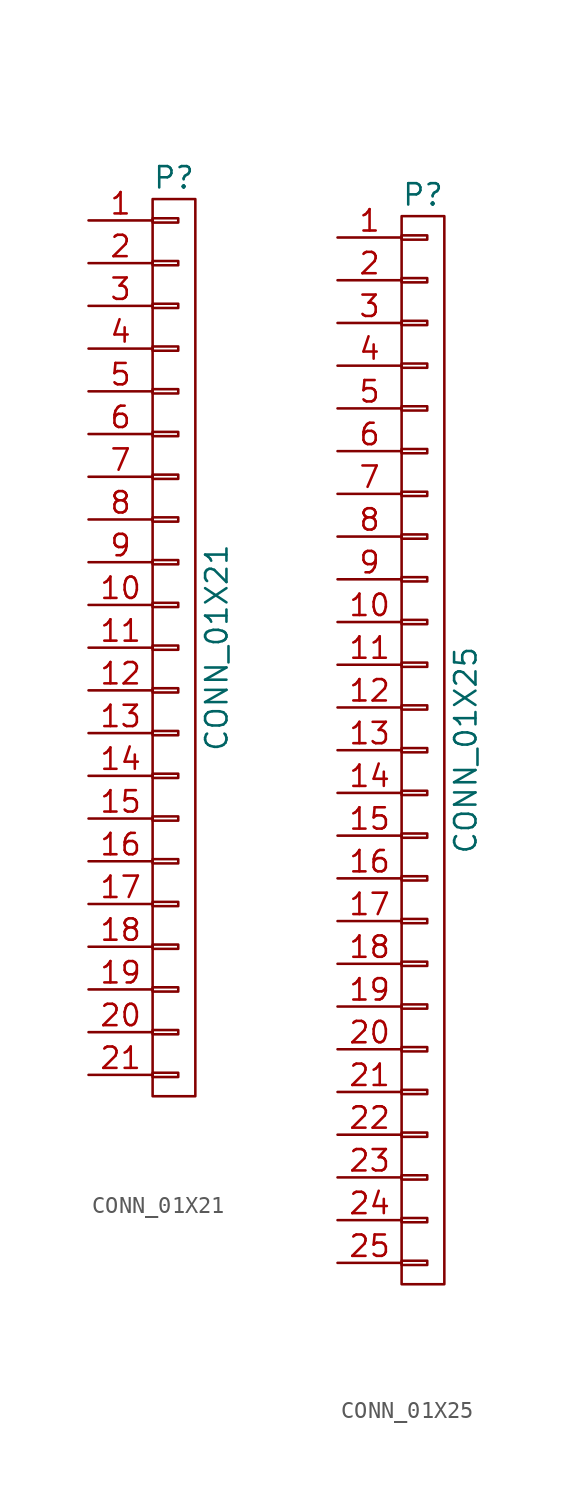
<source format=kicad_sym>
(kicad_symbol_lib
  (version 20211014)
  (generator kicad_symbol_editor)
  (symbol "CONN_01X21"
    (pin_names
      (offset 1.016) hide)
    (property "Reference" "P"
      (at 0 27.94 0)
      (effects (font (size 1.27 1.27))))
    (property "Value" "CONN_01X21"
      (at 2.54 0 90)
      (effects (font (size 1.27 1.27))))
    (property "Footprint" ""
      (at 0 0 0)
      (effects (font (size 1.27 1.27))))
    (property "Datasheet" ""
      (at 0 0 0)
      (effects (font (size 1.27 1.27))))
    (symbol "CONN_01X21_0_1"
      (rectangle (start -1.27 -26.67) (end 1.27 26.67) (stroke (width 0) (type default) (color 0 0 0 0)) (fill (type none)))
      (rectangle (start -1.27 -25.273) (end 0.254 -25.527) (stroke (width 0) (type default) (color 0 0 0 0)) (fill (type none)))
      (rectangle (start -1.27 -22.733) (end 0.254 -22.987) (stroke (width 0) (type default) (color 0 0 0 0)) (fill (type none)))
      (rectangle (start -1.27 -20.193) (end 0.254 -20.447) (stroke (width 0) (type default) (color 0 0 0 0)) (fill (type none)))
      (rectangle (start -1.27 -17.653) (end 0.254 -17.907) (stroke (width 0) (type default) (color 0 0 0 0)) (fill (type none)))
      (rectangle (start -1.27 -15.113) (end 0.254 -15.367) (stroke (width 0) (type default) (color 0 0 0 0)) (fill (type none)))
      (rectangle (start -1.27 -12.573) (end 0.254 -12.827) (stroke (width 0) (type default) (color 0 0 0 0)) (fill (type none)))
      (rectangle (start -1.27 -10.033) (end 0.254 -10.287) (stroke (width 0) (type default) (color 0 0 0 0)) (fill (type none)))
      (rectangle (start -1.27 -7.493) (end 0.254 -7.747) (stroke (width 0) (type default) (color 0 0 0 0)) (fill (type none)))
      (rectangle (start -1.27 -4.953) (end 0.254 -5.207) (stroke (width 0) (type default) (color 0 0 0 0)) (fill (type none)))
      (rectangle (start -1.27 -2.413) (end 0.254 -2.667) (stroke (width 0) (type default) (color 0 0 0 0)) (fill (type none)))
      (rectangle (start -1.27 0.127) (end 0.254 -0.127) (stroke (width 0) (type default) (color 0 0 0 0)) (fill (type none)))
      (rectangle (start -1.27 2.667) (end 0.254 2.413) (stroke (width 0) (type default) (color 0 0 0 0)) (fill (type none)))
      (rectangle (start -1.27 5.207) (end 0.254 4.953) (stroke (width 0) (type default) (color 0 0 0 0)) (fill (type none)))
      (rectangle (start -1.27 7.747) (end 0.254 7.493) (stroke (width 0) (type default) (color 0 0 0 0)) (fill (type none)))
      (rectangle (start -1.27 10.287) (end 0.254 10.033) (stroke (width 0) (type default) (color 0 0 0 0)) (fill (type none)))
      (rectangle (start -1.27 12.827) (end 0.254 12.573) (stroke (width 0) (type default) (color 0 0 0 0)) (fill (type none)))
      (rectangle (start -1.27 15.367) (end 0.254 15.113) (stroke (width 0) (type default) (color 0 0 0 0)) (fill (type none)))
      (rectangle (start -1.27 17.907) (end 0.254 17.653) (stroke (width 0) (type default) (color 0 0 0 0)) (fill (type none)))
      (rectangle (start -1.27 20.447) (end 0.254 20.193) (stroke (width 0) (type default) (color 0 0 0 0)) (fill (type none)))
      (rectangle (start -1.27 22.987) (end 0.254 22.733) (stroke (width 0) (type default) (color 0 0 0 0)) (fill (type none)))
      (rectangle (start -1.27 25.527) (end 0.254 25.273) (stroke (width 0) (type default) (color 0 0 0 0)) (fill (type none))))
    (symbol "CONN_01X21_1_1"
      (pin passive line (at -5.08 25.4 0) (length 3.81) (name "P1" (effects (font (size 1.27 1.27)))) (number "1" (effects (font (size 1.27 1.27)))))
      (pin passive line (at -5.08 2.54 0) (length 3.81) (name "P10" (effects (font (size 1.27 1.27)))) (number "10" (effects (font (size 1.27 1.27)))))
      (pin passive line (at -5.08 0 0) (length 3.81) (name "P11" (effects (font (size 1.27 1.27)))) (number "11" (effects (font (size 1.27 1.27)))))
      (pin passive line (at -5.08 -2.54 0) (length 3.81) (name "P12" (effects (font (size 1.27 1.27)))) (number "12" (effects (font (size 1.27 1.27)))))
      (pin passive line (at -5.08 -5.08 0) (length 3.81) (name "P13" (effects (font (size 1.27 1.27)))) (number "13" (effects (font (size 1.27 1.27)))))
      (pin passive line (at -5.08 -7.62 0) (length 3.81) (name "P14" (effects (font (size 1.27 1.27)))) (number "14" (effects (font (size 1.27 1.27)))))
      (pin passive line (at -5.08 -10.16 0) (length 3.81) (name "P15" (effects (font (size 1.27 1.27)))) (number "15" (effects (font (size 1.27 1.27)))))
      (pin passive line (at -5.08 -12.7 0) (length 3.81) (name "P16" (effects (font (size 1.27 1.27)))) (number "16" (effects (font (size 1.27 1.27)))))
      (pin passive line (at -5.08 -15.24 0) (length 3.81) (name "P17" (effects (font (size 1.27 1.27)))) (number "17" (effects (font (size 1.27 1.27)))))
      (pin passive line (at -5.08 -17.78 0) (length 3.81) (name "P18" (effects (font (size 1.27 1.27)))) (number "18" (effects (font (size 1.27 1.27)))))
      (pin passive line (at -5.08 -20.32 0) (length 3.81) (name "P19" (effects (font (size 1.27 1.27)))) (number "19" (effects (font (size 1.27 1.27)))))
      (pin passive line (at -5.08 22.86 0) (length 3.81) (name "P2" (effects (font (size 1.27 1.27)))) (number "2" (effects (font (size 1.27 1.27)))))
      (pin passive line (at -5.08 -22.86 0) (length 3.81) (name "P20" (effects (font (size 1.27 1.27)))) (number "20" (effects (font (size 1.27 1.27)))))
      (pin passive line (at -5.08 -25.4 0) (length 3.81) (name "P21" (effects (font (size 1.27 1.27)))) (number "21" (effects (font (size 1.27 1.27)))))
      (pin passive line (at -5.08 20.32 0) (length 3.81) (name "P3" (effects (font (size 1.27 1.27)))) (number "3" (effects (font (size 1.27 1.27)))))
      (pin passive line (at -5.08 17.78 0) (length 3.81) (name "P4" (effects (font (size 1.27 1.27)))) (number "4" (effects (font (size 1.27 1.27)))))
      (pin passive line (at -5.08 15.24 0) (length 3.81) (name "P5" (effects (font (size 1.27 1.27)))) (number "5" (effects (font (size 1.27 1.27)))))
      (pin passive line (at -5.08 12.7 0) (length 3.81) (name "P6" (effects (font (size 1.27 1.27)))) (number "6" (effects (font (size 1.27 1.27)))))
      (pin passive line (at -5.08 10.16 0) (length 3.81) (name "P7" (effects (font (size 1.27 1.27)))) (number "7" (effects (font (size 1.27 1.27)))))
      (pin passive line (at -5.08 7.62 0) (length 3.81) (name "P8" (effects (font (size 1.27 1.27)))) (number "8" (effects (font (size 1.27 1.27)))))
      (pin passive line (at -5.08 5.08 0) (length 3.81) (name "P9" (effects (font (size 1.27 1.27)))) (number "9" (effects (font (size 1.27 1.27)))))))
  (symbol "CONN_01X25"
    (pin_names
      (offset 1.016) hide)
    (property "Reference" "P"
      (at 0 33.02 0)
      (effects (font (size 1.27 1.27))))
    (property "Value" "CONN_01X25"
      (at 2.54 0 90)
      (effects (font (size 1.27 1.27))))
    (property "Footprint" ""
      (at 0 0 0)
      (effects (font (size 1.27 1.27))))
    (property "Datasheet" ""
      (at 0 0 0)
      (effects (font (size 1.27 1.27))))
    (symbol "CONN_01X25_0_1"
      (rectangle (start -1.27 -31.75) (end 1.27 31.75) (stroke (width 0) (type default) (color 0 0 0 0)) (fill (type none)))
      (rectangle (start -1.27 -30.353) (end 0.254 -30.607) (stroke (width 0) (type default) (color 0 0 0 0)) (fill (type none)))
      (rectangle (start -1.27 -27.813) (end 0.254 -28.067) (stroke (width 0) (type default) (color 0 0 0 0)) (fill (type none)))
      (rectangle (start -1.27 -25.273) (end 0.254 -25.527) (stroke (width 0) (type default) (color 0 0 0 0)) (fill (type none)))
      (rectangle (start -1.27 -22.733) (end 0.254 -22.987) (stroke (width 0) (type default) (color 0 0 0 0)) (fill (type none)))
      (rectangle (start -1.27 -20.193) (end 0.254 -20.447) (stroke (width 0) (type default) (color 0 0 0 0)) (fill (type none)))
      (rectangle (start -1.27 -17.653) (end 0.254 -17.907) (stroke (width 0) (type default) (color 0 0 0 0)) (fill (type none)))
      (rectangle (start -1.27 -15.113) (end 0.254 -15.367) (stroke (width 0) (type default) (color 0 0 0 0)) (fill (type none)))
      (rectangle (start -1.27 -12.573) (end 0.254 -12.827) (stroke (width 0) (type default) (color 0 0 0 0)) (fill (type none)))
      (rectangle (start -1.27 -10.033) (end 0.254 -10.287) (stroke (width 0) (type default) (color 0 0 0 0)) (fill (type none)))
      (rectangle (start -1.27 -7.493) (end 0.254 -7.747) (stroke (width 0) (type default) (color 0 0 0 0)) (fill (type none)))
      (rectangle (start -1.27 -4.953) (end 0.254 -5.207) (stroke (width 0) (type default) (color 0 0 0 0)) (fill (type none)))
      (rectangle (start -1.27 -2.413) (end 0.254 -2.667) (stroke (width 0) (type default) (color 0 0 0 0)) (fill (type none)))
      (rectangle (start -1.27 0.127) (end 0.254 -0.127) (stroke (width 0) (type default) (color 0 0 0 0)) (fill (type none)))
      (rectangle (start -1.27 2.667) (end 0.254 2.413) (stroke (width 0) (type default) (color 0 0 0 0)) (fill (type none)))
      (rectangle (start -1.27 5.207) (end 0.254 4.953) (stroke (width 0) (type default) (color 0 0 0 0)) (fill (type none)))
      (rectangle (start -1.27 7.747) (end 0.254 7.493) (stroke (width 0) (type default) (color 0 0 0 0)) (fill (type none)))
      (rectangle (start -1.27 10.287) (end 0.254 10.033) (stroke (width 0) (type default) (color 0 0 0 0)) (fill (type none)))
      (rectangle (start -1.27 12.827) (end 0.254 12.573) (stroke (width 0) (type default) (color 0 0 0 0)) (fill (type none)))
      (rectangle (start -1.27 15.367) (end 0.254 15.113) (stroke (width 0) (type default) (color 0 0 0 0)) (fill (type none)))
      (rectangle (start -1.27 17.907) (end 0.254 17.653) (stroke (width 0) (type default) (color 0 0 0 0)) (fill (type none)))
      (rectangle (start -1.27 20.447) (end 0.254 20.193) (stroke (width 0) (type default) (color 0 0 0 0)) (fill (type none)))
      (rectangle (start -1.27 22.987) (end 0.254 22.733) (stroke (width 0) (type default) (color 0 0 0 0)) (fill (type none)))
      (rectangle (start -1.27 25.527) (end 0.254 25.273) (stroke (width 0) (type default) (color 0 0 0 0)) (fill (type none)))
      (rectangle (start -1.27 28.067) (end 0.254 27.813) (stroke (width 0) (type default) (color 0 0 0 0)) (fill (type none)))
      (rectangle (start -1.27 30.607) (end 0.254 30.353) (stroke (width 0) (type default) (color 0 0 0 0)) (fill (type none))))
    (symbol "CONN_01X25_1_1"
      (pin passive line (at -5.08 30.48 0) (length 3.81) (name "P1" (effects (font (size 1.27 1.27)))) (number "1" (effects (font (size 1.27 1.27)))))
      (pin passive line (at -5.08 7.62 0) (length 3.81) (name "P10" (effects (font (size 1.27 1.27)))) (number "10" (effects (font (size 1.27 1.27)))))
      (pin passive line (at -5.08 5.08 0) (length 3.81) (name "P11" (effects (font (size 1.27 1.27)))) (number "11" (effects (font (size 1.27 1.27)))))
      (pin passive line (at -5.08 2.54 0) (length 3.81) (name "P12" (effects (font (size 1.27 1.27)))) (number "12" (effects (font (size 1.27 1.27)))))
      (pin passive line (at -5.08 0 0) (length 3.81) (name "P13" (effects (font (size 1.27 1.27)))) (number "13" (effects (font (size 1.27 1.27)))))
      (pin passive line (at -5.08 -2.54 0) (length 3.81) (name "P14" (effects (font (size 1.27 1.27)))) (number "14" (effects (font (size 1.27 1.27)))))
      (pin passive line (at -5.08 -5.08 0) (length 3.81) (name "P15" (effects (font (size 1.27 1.27)))) (number "15" (effects (font (size 1.27 1.27)))))
      (pin passive line (at -5.08 -7.62 0) (length 3.81) (name "P16" (effects (font (size 1.27 1.27)))) (number "16" (effects (font (size 1.27 1.27)))))
      (pin passive line (at -5.08 -10.16 0) (length 3.81) (name "P17" (effects (font (size 1.27 1.27)))) (number "17" (effects (font (size 1.27 1.27)))))
      (pin passive line (at -5.08 -12.7 0) (length 3.81) (name "P18" (effects (font (size 1.27 1.27)))) (number "18" (effects (font (size 1.27 1.27)))))
      (pin passive line (at -5.08 -15.24 0) (length 3.81) (name "P19" (effects (font (size 1.27 1.27)))) (number "19" (effects (font (size 1.27 1.27)))))
      (pin passive line (at -5.08 27.94 0) (length 3.81) (name "P2" (effects (font (size 1.27 1.27)))) (number "2" (effects (font (size 1.27 1.27)))))
      (pin passive line (at -5.08 -17.78 0) (length 3.81) (name "P20" (effects (font (size 1.27 1.27)))) (number "20" (effects (font (size 1.27 1.27)))))
      (pin passive line (at -5.08 -20.32 0) (length 3.81) (name "P21" (effects (font (size 1.27 1.27)))) (number "21" (effects (font (size 1.27 1.27)))))
      (pin passive line (at -5.08 -22.86 0) (length 3.81) (name "P22" (effects (font (size 1.27 1.27)))) (number "22" (effects (font (size 1.27 1.27)))))
      (pin passive line (at -5.08 -25.4 0) (length 3.81) (name "P23" (effects (font (size 1.27 1.27)))) (number "23" (effects (font (size 1.27 1.27)))))
      (pin passive line (at -5.08 -27.94 0) (length 3.81) (name "P24" (effects (font (size 1.27 1.27)))) (number "24" (effects (font (size 1.27 1.27)))))
      (pin passive line (at -5.08 -30.48 0) (length 3.81) (name "P25" (effects (font (size 1.27 1.27)))) (number "25" (effects (font (size 1.27 1.27)))))
      (pin passive line (at -5.08 25.4 0) (length 3.81) (name "P3" (effects (font (size 1.27 1.27)))) (number "3" (effects (font (size 1.27 1.27)))))
      (pin passive line (at -5.08 22.86 0) (length 3.81) (name "P4" (effects (font (size 1.27 1.27)))) (number "4" (effects (font (size 1.27 1.27)))))
      (pin passive line (at -5.08 20.32 0) (length 3.81) (name "P5" (effects (font (size 1.27 1.27)))) (number "5" (effects (font (size 1.27 1.27)))))
      (pin passive line (at -5.08 17.78 0) (length 3.81) (name "P6" (effects (font (size 1.27 1.27)))) (number "6" (effects (font (size 1.27 1.27)))))
      (pin passive line (at -5.08 15.24 0) (length 3.81) (name "P7" (effects (font (size 1.27 1.27)))) (number "7" (effects (font (size 1.27 1.27)))))
      (pin passive line (at -5.08 12.7 0) (length 3.81) (name "P8" (effects (font (size 1.27 1.27)))) (number "8" (effects (font (size 1.27 1.27)))))
      (pin passive line (at -5.08 10.16 0) (length 3.81) (name "P9" (effects (font (size 1.27 1.27)))) (number "9" (effects (font (size 1.27 1.27))))))))
</source>
